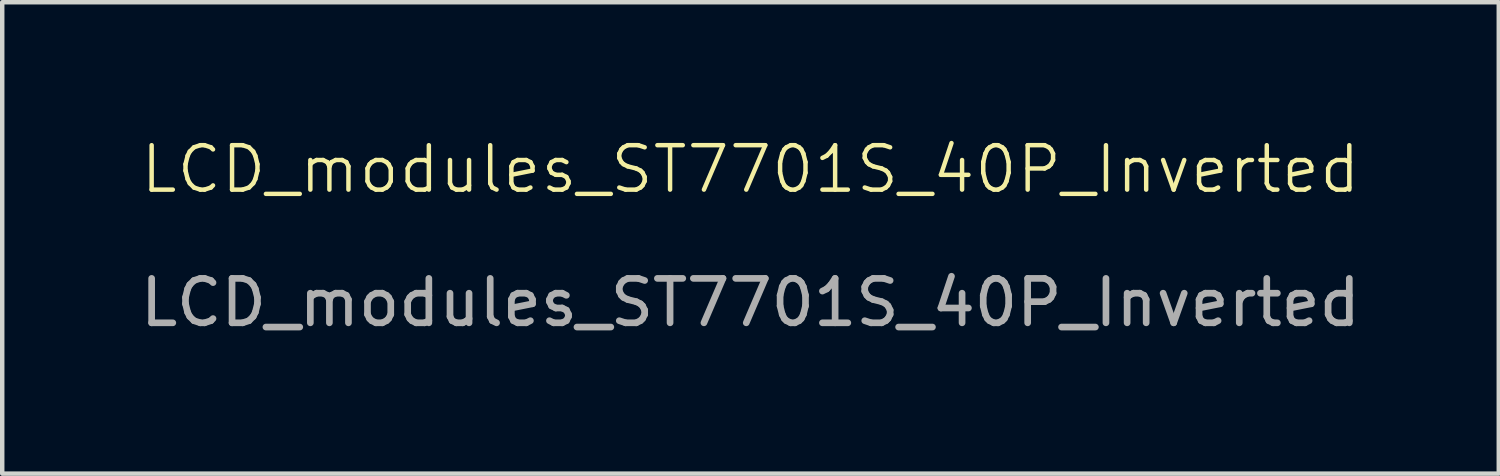
<source format=kicad_pcb>
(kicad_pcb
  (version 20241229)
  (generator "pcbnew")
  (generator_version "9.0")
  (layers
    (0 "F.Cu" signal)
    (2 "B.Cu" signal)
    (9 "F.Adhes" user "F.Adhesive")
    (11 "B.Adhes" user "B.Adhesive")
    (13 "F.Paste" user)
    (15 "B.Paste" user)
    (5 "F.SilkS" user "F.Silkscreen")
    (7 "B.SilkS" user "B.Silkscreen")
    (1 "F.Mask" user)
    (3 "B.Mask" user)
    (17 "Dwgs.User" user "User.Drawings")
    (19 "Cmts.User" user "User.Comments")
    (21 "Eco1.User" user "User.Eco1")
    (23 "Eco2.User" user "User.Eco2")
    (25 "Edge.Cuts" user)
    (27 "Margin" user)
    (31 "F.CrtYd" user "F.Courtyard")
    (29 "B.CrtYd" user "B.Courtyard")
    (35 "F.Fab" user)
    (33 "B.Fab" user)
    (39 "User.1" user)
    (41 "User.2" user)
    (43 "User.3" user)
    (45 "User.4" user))
  (footprint "LCD_modules_ST7701S_40P_Inverted"
    (layer "F.Cu")
    (at 13.839 1.26)
    (property "Reference" "LCD_modules_ST7701S_40P_Inverted" (at 0 -0.5 0) (unlocked yes) (layer "F.SilkS") (effects (font (size 1 1) (thickness 0.1))))
    (attr smd)
    (fp_text user "${REFERENCE}" (at 0 2.5 0) (unlocked yes) (layer "F.Fab") (effects (font (size 1 1) (thickness 0.15)))))
  (gr_rect
    (start -3 -3)
    (end 30.679 7.609)
    (stroke (width 0.1) (type default))
    (fill no)
    (layer "Edge.Cuts")))
</source>
